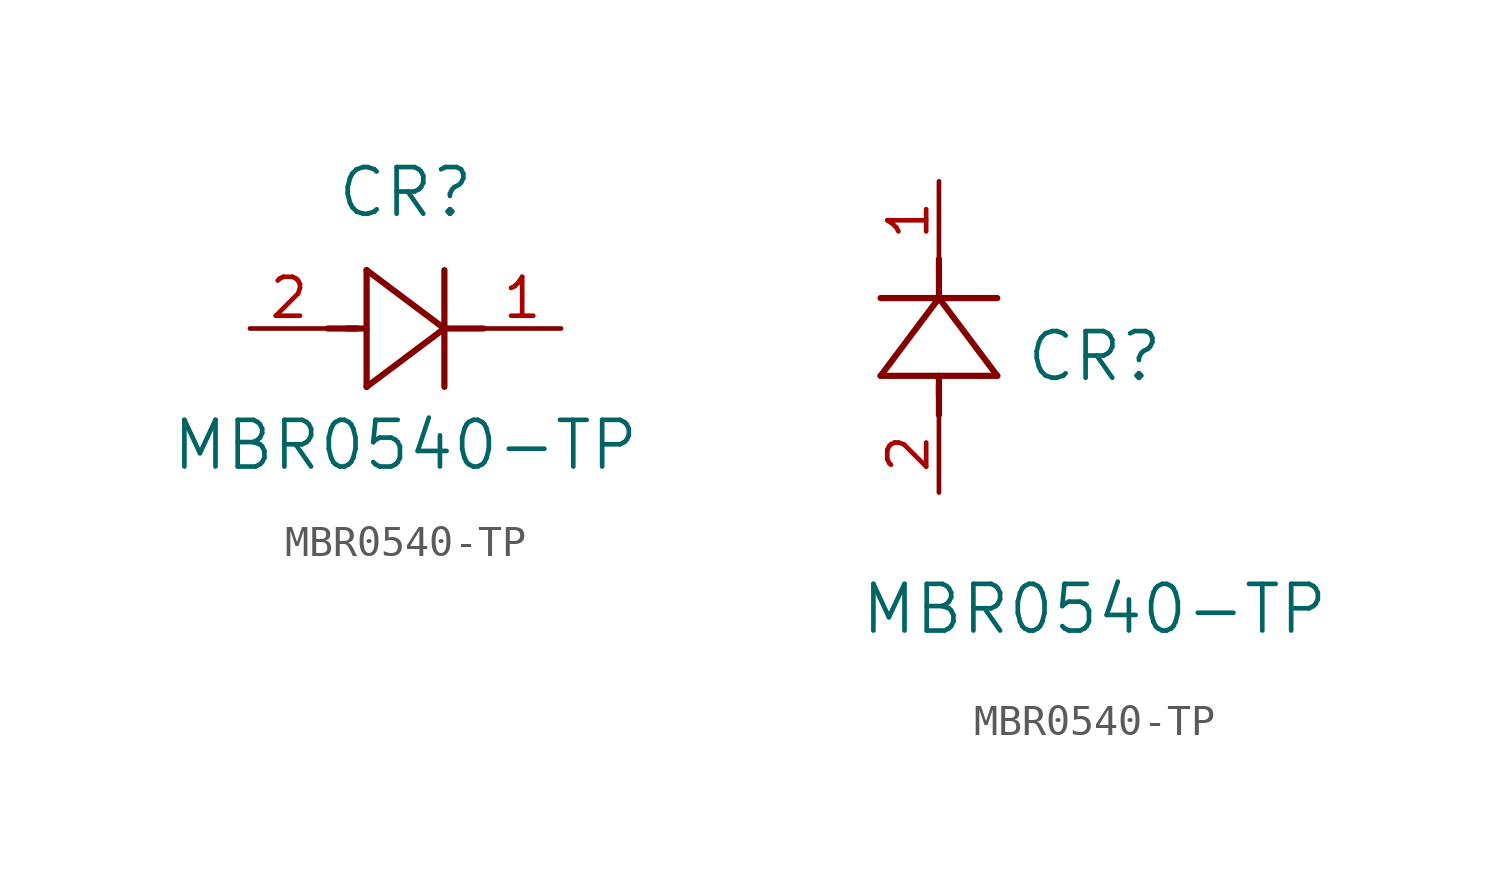
<source format=kicad_sym>
(kicad_symbol_lib
  (version 20211014)
  (generator kicad_symbol_editor)
  (symbol "MBR0540-TP"
    (pin_names
      (offset 0.254))
    (property "Reference" "CR"
      (at 5.08 4.445 0)
      (effects (font (size 1.524 1.524))))
    (property "Value" "MBR0540-TP"
      (at 5.08 -3.81 0)
      (effects (font (size 1.524 1.524))))
    (symbol "MBR0540-TP_1_1"
      (polyline (pts (xy 2.54 0) (xy 3.48 0)) (stroke (width 0.203) (type default) (color 0 0 0 0)) (fill (type none)))
      (polyline (pts (xy 3.81 1.905) (xy 3.81 -1.905)) (stroke (width 0.203) (type default) (color 0 0 0 0)) (fill (type none)))
      (polyline (pts (xy 3.175 0) (xy 3.81 0)) (stroke (width 0.203) (type default) (color 0 0 0 0)) (fill (type none)))
      (polyline (pts (xy 6.35 -1.905) (xy 6.35 1.905)) (stroke (width 0.203) (type default) (color 0 0 0 0)) (fill (type none)))
      (polyline (pts (xy 6.35 0) (xy 7.62 0)) (stroke (width 0.203) (type default) (color 0 0 0 0)) (fill (type none)))
      (polyline (pts (xy 6.35 0) (xy 3.81 1.905)) (stroke (width 0.203) (type default) (color 0 0 0 0)) (fill (type none)))
      (polyline (pts (xy 3.81 -1.905) (xy 6.35 0)) (stroke (width 0.203) (type default) (color 0 0 0 0)) (fill (type none)))
      (pin unspecified line (at 10.16 0 180) (length 2.54) (name "" (effects (font (size 1.27 1.27)))) (number "1" (effects (font (size 1.27 1.27)))))
      (pin unspecified line (at 0 0 0) (length 2.54) (name "" (effects (font (size 1.27 1.27)))) (number "2" (effects (font (size 1.27 1.27))))))
    (symbol "MBR0540-TP_1_2"
      (polyline (pts (xy 0 2.54) (xy 0 3.48)) (stroke (width 0.203) (type default) (color 0 0 0 0)) (fill (type none)))
      (polyline (pts (xy -1.905 3.81) (xy 1.905 3.81)) (stroke (width 0.203) (type default) (color 0 0 0 0)) (fill (type none)))
      (polyline (pts (xy 0 3.175) (xy 0 3.81)) (stroke (width 0.203) (type default) (color 0 0 0 0)) (fill (type none)))
      (polyline (pts (xy 1.905 6.35) (xy -1.905 6.35)) (stroke (width 0.203) (type default) (color 0 0 0 0)) (fill (type none)))
      (polyline (pts (xy 0 6.35) (xy 0 7.62)) (stroke (width 0.203) (type default) (color 0 0 0 0)) (fill (type none)))
      (polyline (pts (xy 0 6.35) (xy -1.905 3.81)) (stroke (width 0.203) (type default) (color 0 0 0 0)) (fill (type none)))
      (polyline (pts (xy 1.905 3.81) (xy 0 6.35)) (stroke (width 0.203) (type default) (color 0 0 0 0)) (fill (type none)))
      (pin unspecified line (at 0 10.16 270) (length 2.54) (name "" (effects (font (size 1.27 1.27)))) (number "1" (effects (font (size 1.27 1.27)))))
      (pin unspecified line (at 0 0 90) (length 2.54) (name "" (effects (font (size 1.27 1.27)))) (number "2" (effects (font (size 1.27 1.27))))))))
</source>
